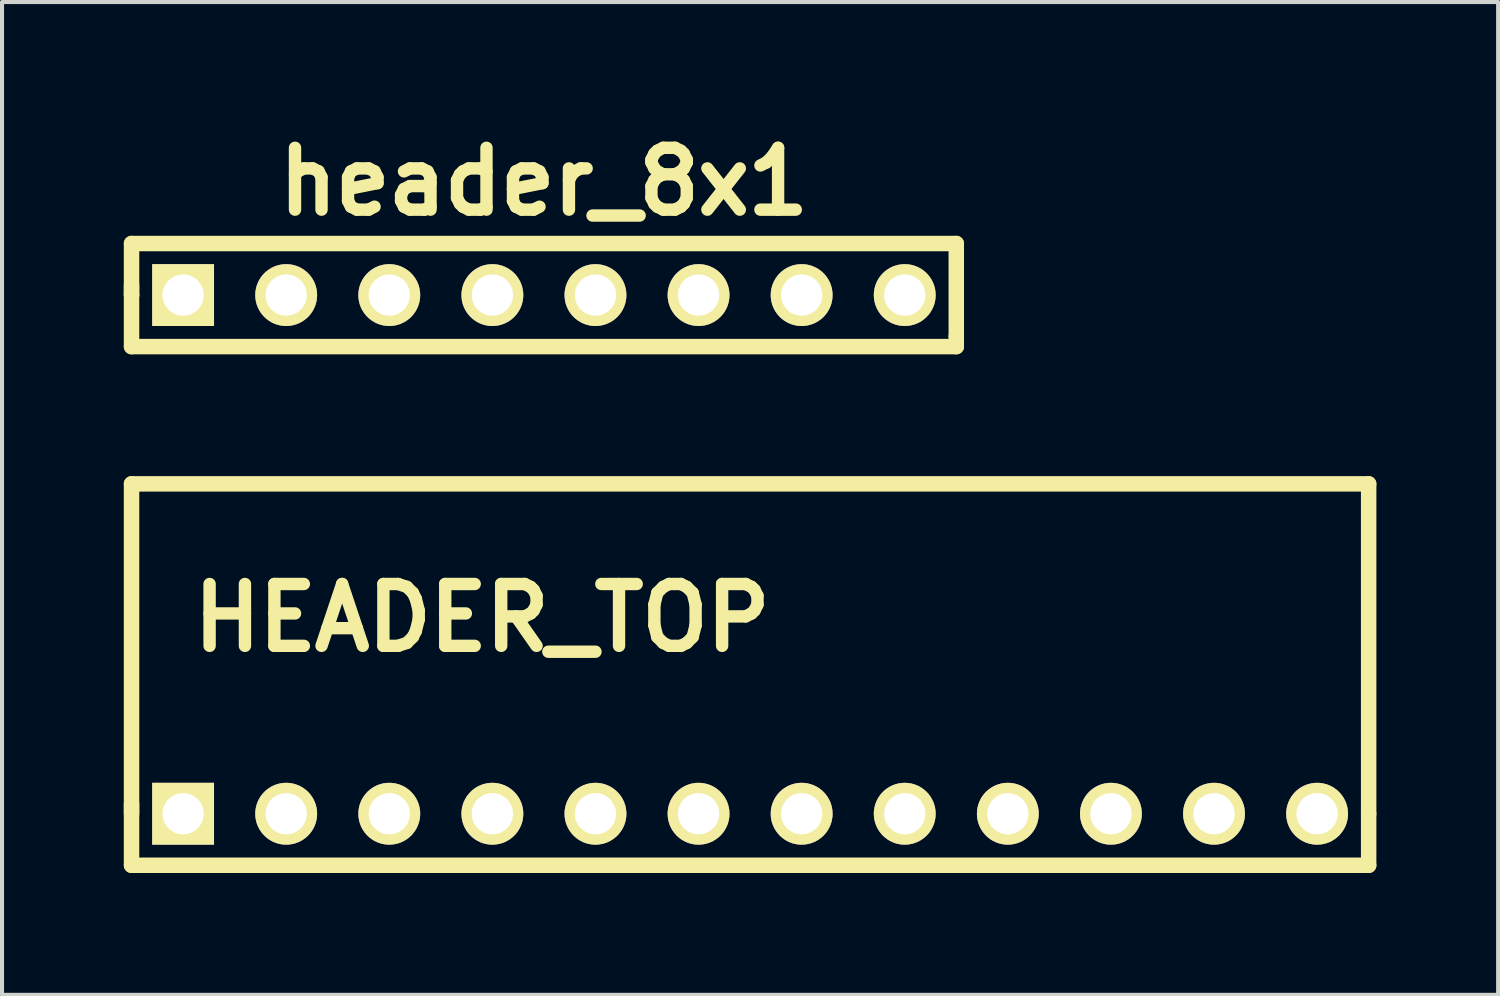
<source format=kicad_pcb>
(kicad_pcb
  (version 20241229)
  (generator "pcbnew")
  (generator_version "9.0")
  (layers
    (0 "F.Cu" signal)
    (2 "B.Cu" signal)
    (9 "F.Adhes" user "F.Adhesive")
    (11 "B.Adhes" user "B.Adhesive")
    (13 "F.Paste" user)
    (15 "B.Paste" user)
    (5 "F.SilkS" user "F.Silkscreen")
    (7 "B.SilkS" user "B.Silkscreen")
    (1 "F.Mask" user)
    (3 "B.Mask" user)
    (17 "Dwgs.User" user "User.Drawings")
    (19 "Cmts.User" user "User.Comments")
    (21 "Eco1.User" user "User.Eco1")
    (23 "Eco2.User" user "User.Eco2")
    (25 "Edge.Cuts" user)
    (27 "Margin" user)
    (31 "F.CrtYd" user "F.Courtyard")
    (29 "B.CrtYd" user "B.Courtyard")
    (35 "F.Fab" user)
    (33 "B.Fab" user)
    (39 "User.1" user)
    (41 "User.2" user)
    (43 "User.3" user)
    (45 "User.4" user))
  (footprint "header_8x1"
    (layer "F.Cu")
    (at 10.351 4.22)
    (property "Reference" "header_8x1" (at 0 -2.794 0) (layer "F.SilkS") (effects (font (size 1.524 1.524) (thickness 0.305))))
    (attr through_hole)
    (fp_line (start -10.16 -1.27) (end 10.16 -1.27) (stroke (width 0.381) (type solid)) (layer "F.SilkS"))
    (fp_line (start -10.16 0) (end -10.16 -1.27) (stroke (width 0.381) (type solid)) (layer "F.SilkS"))
    (fp_line (start -10.16 0) (end -10.16 -0.254) (stroke (width 0.381) (type solid)) (layer "F.SilkS"))
    (fp_line (start -10.16 1.27) (end -10.16 0) (stroke (width 0.381) (type solid)) (layer "F.SilkS"))
    (fp_line (start 10.16 -1.27) (end 10.16 1.016) (stroke (width 0.381) (type solid)) (layer "F.SilkS"))
    (fp_line (start 10.16 1.016) (end 10.16 1.27) (stroke (width 0.381) (type solid)) (layer "F.SilkS"))
    (fp_line (start 10.16 1.27) (end -10.16 1.27) (stroke (width 0.381) (type solid)) (layer "F.SilkS"))
    (pad "1" thru_hole rect (at -8.89 0) (size 1.524 1.524) (drill 1.016) (layers "*.Cu" "*.Mask" "F.SilkS"))
    (pad "2" thru_hole circle (at -6.35 0) (size 1.524 1.524) (drill 1.016) (layers "*.Cu" "*.Mask" "F.SilkS"))
    (pad "3" thru_hole circle (at -3.81 0) (size 1.524 1.524) (drill 1.016) (layers "*.Cu" "*.Mask" "F.SilkS"))
    (pad "4" thru_hole circle (at -1.27 0) (size 1.524 1.524) (drill 1.016) (layers "*.Cu" "*.Mask" "F.SilkS"))
    (pad "5" thru_hole circle (at 1.27 0) (size 1.524 1.524) (drill 1.016) (layers "*.Cu" "*.Mask" "F.SilkS"))
    (pad "6" thru_hole circle (at 3.81 0) (size 1.524 1.524) (drill 1.016) (layers "*.Cu" "*.Mask" "F.SilkS"))
    (pad "7" thru_hole circle (at 6.35 0) (size 1.524 1.524) (drill 1.016) (layers "*.Cu" "*.Mask" "F.SilkS"))
    (pad "8" thru_hole circle (at 8.89 0) (size 1.524 1.524) (drill 1.016) (layers "*.Cu" "*.Mask" "F.SilkS")))
  (footprint "HEADER_TOP"
    (layer "F.Cu")
    (at 15.431 16.999)
    (property "Reference" "HEADER_TOP" (at -6.604 -4.826 0) (layer "F.SilkS") (effects (font (size 1.524 1.524) (thickness 0.305))))
    (attr through_hole)
    (fp_line (start -15.24 -8.128) (end 15.24 -8.128) (stroke (width 0.381) (type solid)) (layer "F.SilkS"))
    (fp_line (start -15.24 0) (end -15.24 -8.128) (stroke (width 0.381) (type solid)) (layer "F.SilkS"))
    (fp_line (start -15.24 1.27) (end -15.24 -0.254) (stroke (width 0.381) (type solid)) (layer "F.SilkS"))
    (fp_line (start 15.24 -8.128) (end 15.24 0) (stroke (width 0.381) (type solid)) (layer "F.SilkS"))
    (fp_line (start 15.24 0) (end 15.24 1.27) (stroke (width 0.381) (type solid)) (layer "F.SilkS"))
    (fp_line (start 15.24 1.27) (end -15.24 1.27) (stroke (width 0.381) (type solid)) (layer "F.SilkS"))
    (pad "1" thru_hole rect (at -13.97 0) (size 1.524 1.524) (drill 1.016) (layers "*.Cu" "*.Mask" "F.SilkS"))
    (pad "2" thru_hole circle (at -11.43 0) (size 1.524 1.524) (drill 1.016) (layers "*.Cu" "*.Mask" "F.SilkS"))
    (pad "3" thru_hole circle (at -8.89 0) (size 1.524 1.524) (drill 1.016) (layers "*.Cu" "*.Mask" "F.SilkS"))
    (pad "4" thru_hole circle (at -6.35 0) (size 1.524 1.524) (drill 1.016) (layers "*.Cu" "*.Mask" "F.SilkS"))
    (pad "5" thru_hole circle (at -3.81 0) (size 1.524 1.524) (drill 1.016) (layers "*.Cu" "*.Mask" "F.SilkS"))
    (pad "6" thru_hole circle (at -1.27 0) (size 1.524 1.524) (drill 1.016) (layers "*.Cu" "*.Mask" "F.SilkS"))
    (pad "7" thru_hole circle (at 1.27 0) (size 1.524 1.524) (drill 1.016) (layers "*.Cu" "*.Mask" "F.SilkS"))
    (pad "8" thru_hole circle (at 3.81 0) (size 1.524 1.524) (drill 1.016) (layers "*.Cu" "*.Mask" "F.SilkS"))
    (pad "9" thru_hole circle (at 6.35 0) (size 1.524 1.524) (drill 1.016) (layers "*.Cu" "*.Mask" "F.SilkS"))
    (pad "10" thru_hole circle (at 8.89 0) (size 1.524 1.524) (drill 1.016) (layers "*.Cu" "*.Mask" "F.SilkS"))
    (pad "11" thru_hole circle (at 11.43 0) (size 1.524 1.524) (drill 1.016) (layers "*.Cu" "*.Mask" "F.SilkS"))
    (pad "12" thru_hole circle (at 13.97 0) (size 1.524 1.524) (drill 1.016) (layers "*.Cu" "*.Mask" "F.SilkS")))
  (gr_rect
    (start -3 -3)
    (end 33.861 21.46)
    (stroke (width 0.1) (type default))
    (fill no)
    (layer "Edge.Cuts")))
</source>
